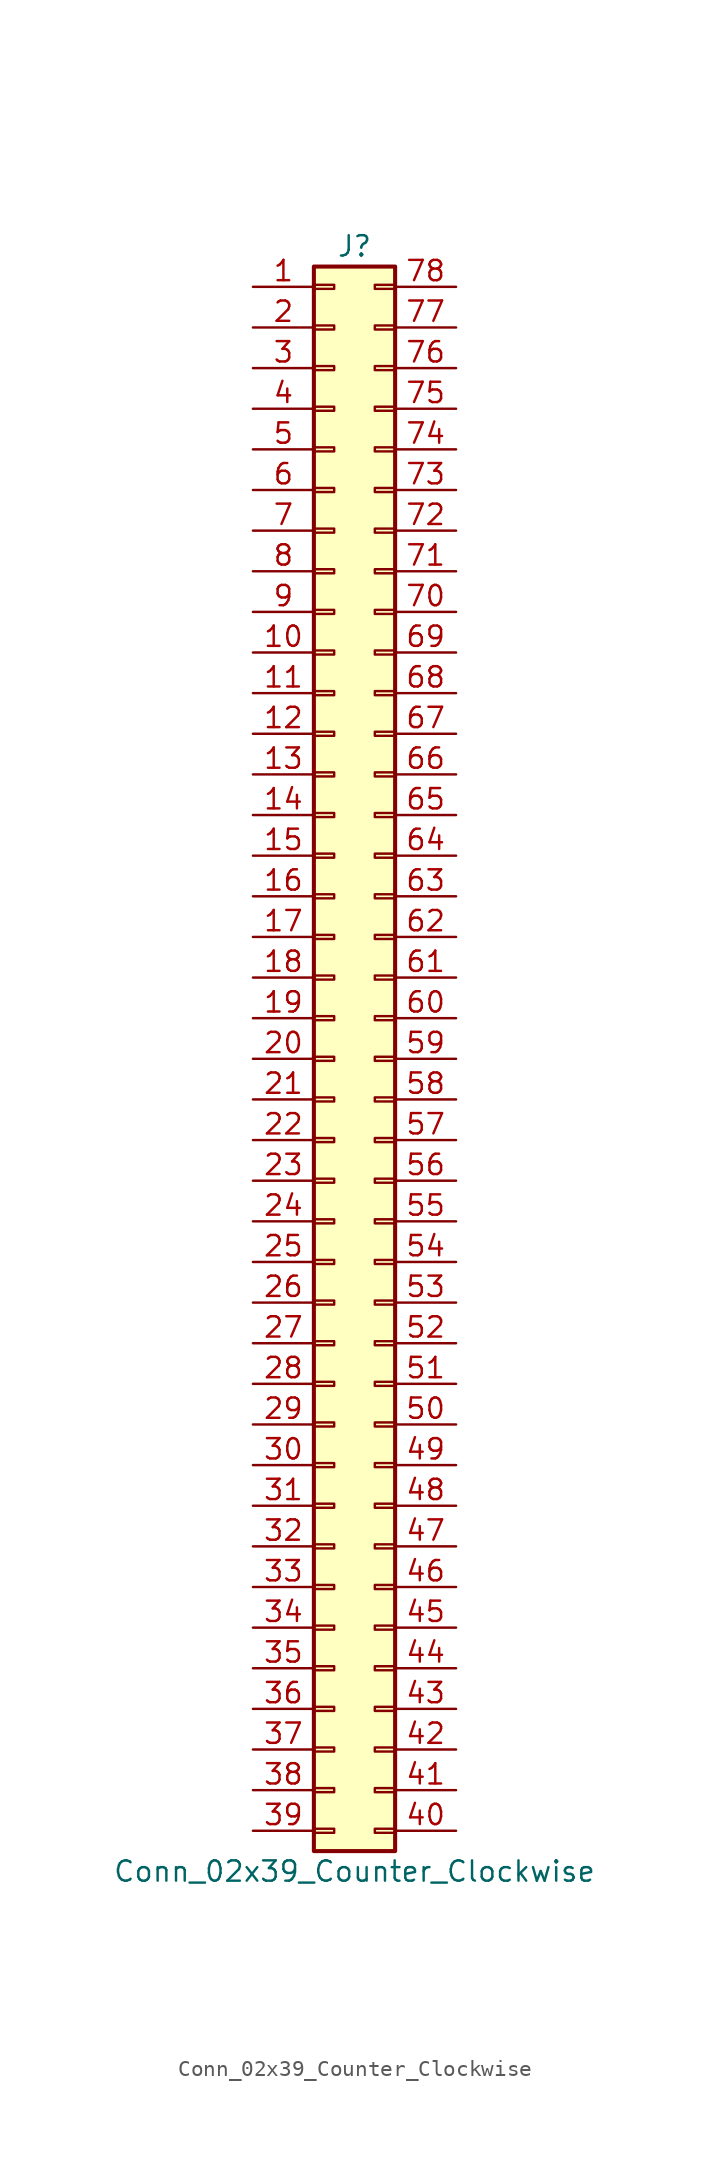
<source format=kicad_sym>
(kicad_symbol_lib
  (version 20220914)
  (generator kicad_symbol_editor)
  (symbol "Conn_02x39_Counter_Clockwise"
    (pin_names
      (offset 1.016) hide)
    (property "Reference" "J"
      (at 1.27 50.8 0)
      (effects (font (size 1.27 1.27))))
    (property "Value" "Conn_02x39_Counter_Clockwise"
      (at 1.27 -50.8 0)
      (effects (font (size 1.27 1.27))))
    (symbol "Conn_02x39_Counter_Clockwise_1_1"
      (rectangle (start -1.27 -48.133) (end 0 -48.387) (stroke (width 0.152) (type default)) (fill (type none)))
      (rectangle (start -1.27 -45.593) (end 0 -45.847) (stroke (width 0.152) (type default)) (fill (type none)))
      (rectangle (start -1.27 -43.053) (end 0 -43.307) (stroke (width 0.152) (type default)) (fill (type none)))
      (rectangle (start -1.27 -40.513) (end 0 -40.767) (stroke (width 0.152) (type default)) (fill (type none)))
      (rectangle (start -1.27 -37.973) (end 0 -38.227) (stroke (width 0.152) (type default)) (fill (type none)))
      (rectangle (start -1.27 -35.433) (end 0 -35.687) (stroke (width 0.152) (type default)) (fill (type none)))
      (rectangle (start -1.27 -32.893) (end 0 -33.147) (stroke (width 0.152) (type default)) (fill (type none)))
      (rectangle (start -1.27 -30.353) (end 0 -30.607) (stroke (width 0.152) (type default)) (fill (type none)))
      (rectangle (start -1.27 -27.813) (end 0 -28.067) (stroke (width 0.152) (type default)) (fill (type none)))
      (rectangle (start -1.27 -25.273) (end 0 -25.527) (stroke (width 0.152) (type default)) (fill (type none)))
      (rectangle (start -1.27 -22.733) (end 0 -22.987) (stroke (width 0.152) (type default)) (fill (type none)))
      (rectangle (start -1.27 -20.193) (end 0 -20.447) (stroke (width 0.152) (type default)) (fill (type none)))
      (rectangle (start -1.27 -17.653) (end 0 -17.907) (stroke (width 0.152) (type default)) (fill (type none)))
      (rectangle (start -1.27 -15.113) (end 0 -15.367) (stroke (width 0.152) (type default)) (fill (type none)))
      (rectangle (start -1.27 -12.573) (end 0 -12.827) (stroke (width 0.152) (type default)) (fill (type none)))
      (rectangle (start -1.27 -10.033) (end 0 -10.287) (stroke (width 0.152) (type default)) (fill (type none)))
      (rectangle (start -1.27 -7.493) (end 0 -7.747) (stroke (width 0.152) (type default)) (fill (type none)))
      (rectangle (start -1.27 -4.953) (end 0 -5.207) (stroke (width 0.152) (type default)) (fill (type none)))
      (rectangle (start -1.27 -2.413) (end 0 -2.667) (stroke (width 0.152) (type default)) (fill (type none)))
      (rectangle (start -1.27 0.127) (end 0 -0.127) (stroke (width 0.152) (type default)) (fill (type none)))
      (rectangle (start -1.27 2.667) (end 0 2.413) (stroke (width 0.152) (type default)) (fill (type none)))
      (rectangle (start -1.27 5.207) (end 0 4.953) (stroke (width 0.152) (type default)) (fill (type none)))
      (rectangle (start -1.27 7.747) (end 0 7.493) (stroke (width 0.152) (type default)) (fill (type none)))
      (rectangle (start -1.27 10.287) (end 0 10.033) (stroke (width 0.152) (type default)) (fill (type none)))
      (rectangle (start -1.27 12.827) (end 0 12.573) (stroke (width 0.152) (type default)) (fill (type none)))
      (rectangle (start -1.27 15.367) (end 0 15.113) (stroke (width 0.152) (type default)) (fill (type none)))
      (rectangle (start -1.27 17.907) (end 0 17.653) (stroke (width 0.152) (type default)) (fill (type none)))
      (rectangle (start -1.27 20.447) (end 0 20.193) (stroke (width 0.152) (type default)) (fill (type none)))
      (rectangle (start -1.27 22.987) (end 0 22.733) (stroke (width 0.152) (type default)) (fill (type none)))
      (rectangle (start -1.27 25.527) (end 0 25.273) (stroke (width 0.152) (type default)) (fill (type none)))
      (rectangle (start -1.27 28.067) (end 0 27.813) (stroke (width 0.152) (type default)) (fill (type none)))
      (rectangle (start -1.27 30.607) (end 0 30.353) (stroke (width 0.152) (type default)) (fill (type none)))
      (rectangle (start -1.27 33.147) (end 0 32.893) (stroke (width 0.152) (type default)) (fill (type none)))
      (rectangle (start -1.27 35.687) (end 0 35.433) (stroke (width 0.152) (type default)) (fill (type none)))
      (rectangle (start -1.27 38.227) (end 0 37.973) (stroke (width 0.152) (type default)) (fill (type none)))
      (rectangle (start -1.27 40.767) (end 0 40.513) (stroke (width 0.152) (type default)) (fill (type none)))
      (rectangle (start -1.27 43.307) (end 0 43.053) (stroke (width 0.152) (type default)) (fill (type none)))
      (rectangle (start -1.27 45.847) (end 0 45.593) (stroke (width 0.152) (type default)) (fill (type none)))
      (rectangle (start -1.27 48.387) (end 0 48.133) (stroke (width 0.152) (type default)) (fill (type none)))
      (rectangle (start -1.27 49.53) (end 3.81 -49.53) (stroke (width 0.254) (type default)) (fill (type background)))
      (rectangle (start 3.81 -48.133) (end 2.54 -48.387) (stroke (width 0.152) (type default)) (fill (type none)))
      (rectangle (start 3.81 -45.593) (end 2.54 -45.847) (stroke (width 0.152) (type default)) (fill (type none)))
      (rectangle (start 3.81 -43.053) (end 2.54 -43.307) (stroke (width 0.152) (type default)) (fill (type none)))
      (rectangle (start 3.81 -40.513) (end 2.54 -40.767) (stroke (width 0.152) (type default)) (fill (type none)))
      (rectangle (start 3.81 -37.973) (end 2.54 -38.227) (stroke (width 0.152) (type default)) (fill (type none)))
      (rectangle (start 3.81 -35.433) (end 2.54 -35.687) (stroke (width 0.152) (type default)) (fill (type none)))
      (rectangle (start 3.81 -32.893) (end 2.54 -33.147) (stroke (width 0.152) (type default)) (fill (type none)))
      (rectangle (start 3.81 -30.353) (end 2.54 -30.607) (stroke (width 0.152) (type default)) (fill (type none)))
      (rectangle (start 3.81 -27.813) (end 2.54 -28.067) (stroke (width 0.152) (type default)) (fill (type none)))
      (rectangle (start 3.81 -25.273) (end 2.54 -25.527) (stroke (width 0.152) (type default)) (fill (type none)))
      (rectangle (start 3.81 -22.733) (end 2.54 -22.987) (stroke (width 0.152) (type default)) (fill (type none)))
      (rectangle (start 3.81 -20.193) (end 2.54 -20.447) (stroke (width 0.152) (type default)) (fill (type none)))
      (rectangle (start 3.81 -17.653) (end 2.54 -17.907) (stroke (width 0.152) (type default)) (fill (type none)))
      (rectangle (start 3.81 -15.113) (end 2.54 -15.367) (stroke (width 0.152) (type default)) (fill (type none)))
      (rectangle (start 3.81 -12.573) (end 2.54 -12.827) (stroke (width 0.152) (type default)) (fill (type none)))
      (rectangle (start 3.81 -10.033) (end 2.54 -10.287) (stroke (width 0.152) (type default)) (fill (type none)))
      (rectangle (start 3.81 -7.493) (end 2.54 -7.747) (stroke (width 0.152) (type default)) (fill (type none)))
      (rectangle (start 3.81 -4.953) (end 2.54 -5.207) (stroke (width 0.152) (type default)) (fill (type none)))
      (rectangle (start 3.81 -2.413) (end 2.54 -2.667) (stroke (width 0.152) (type default)) (fill (type none)))
      (rectangle (start 3.81 0.127) (end 2.54 -0.127) (stroke (width 0.152) (type default)) (fill (type none)))
      (rectangle (start 3.81 2.667) (end 2.54 2.413) (stroke (width 0.152) (type default)) (fill (type none)))
      (rectangle (start 3.81 5.207) (end 2.54 4.953) (stroke (width 0.152) (type default)) (fill (type none)))
      (rectangle (start 3.81 7.747) (end 2.54 7.493) (stroke (width 0.152) (type default)) (fill (type none)))
      (rectangle (start 3.81 10.287) (end 2.54 10.033) (stroke (width 0.152) (type default)) (fill (type none)))
      (rectangle (start 3.81 12.827) (end 2.54 12.573) (stroke (width 0.152) (type default)) (fill (type none)))
      (rectangle (start 3.81 15.367) (end 2.54 15.113) (stroke (width 0.152) (type default)) (fill (type none)))
      (rectangle (start 3.81 17.907) (end 2.54 17.653) (stroke (width 0.152) (type default)) (fill (type none)))
      (rectangle (start 3.81 20.447) (end 2.54 20.193) (stroke (width 0.152) (type default)) (fill (type none)))
      (rectangle (start 3.81 22.987) (end 2.54 22.733) (stroke (width 0.152) (type default)) (fill (type none)))
      (rectangle (start 3.81 25.527) (end 2.54 25.273) (stroke (width 0.152) (type default)) (fill (type none)))
      (rectangle (start 3.81 28.067) (end 2.54 27.813) (stroke (width 0.152) (type default)) (fill (type none)))
      (rectangle (start 3.81 30.607) (end 2.54 30.353) (stroke (width 0.152) (type default)) (fill (type none)))
      (rectangle (start 3.81 33.147) (end 2.54 32.893) (stroke (width 0.152) (type default)) (fill (type none)))
      (rectangle (start 3.81 35.687) (end 2.54 35.433) (stroke (width 0.152) (type default)) (fill (type none)))
      (rectangle (start 3.81 38.227) (end 2.54 37.973) (stroke (width 0.152) (type default)) (fill (type none)))
      (rectangle (start 3.81 40.767) (end 2.54 40.513) (stroke (width 0.152) (type default)) (fill (type none)))
      (rectangle (start 3.81 43.307) (end 2.54 43.053) (stroke (width 0.152) (type default)) (fill (type none)))
      (rectangle (start 3.81 45.847) (end 2.54 45.593) (stroke (width 0.152) (type default)) (fill (type none)))
      (rectangle (start 3.81 48.387) (end 2.54 48.133) (stroke (width 0.152) (type default)) (fill (type none)))
      (pin passive line (at -5.08 48.26 0) (length 3.81) (name "Pin_1" (effects (font (size 1.27 1.27)))) (number "1" (effects (font (size 1.27 1.27)))))
      (pin passive line (at -5.08 25.4 0) (length 3.81) (name "Pin_10" (effects (font (size 1.27 1.27)))) (number "10" (effects (font (size 1.27 1.27)))))
      (pin passive line (at -5.08 22.86 0) (length 3.81) (name "Pin_11" (effects (font (size 1.27 1.27)))) (number "11" (effects (font (size 1.27 1.27)))))
      (pin passive line (at -5.08 20.32 0) (length 3.81) (name "Pin_12" (effects (font (size 1.27 1.27)))) (number "12" (effects (font (size 1.27 1.27)))))
      (pin passive line (at -5.08 17.78 0) (length 3.81) (name "Pin_13" (effects (font (size 1.27 1.27)))) (number "13" (effects (font (size 1.27 1.27)))))
      (pin passive line (at -5.08 15.24 0) (length 3.81) (name "Pin_14" (effects (font (size 1.27 1.27)))) (number "14" (effects (font (size 1.27 1.27)))))
      (pin passive line (at -5.08 12.7 0) (length 3.81) (name "Pin_15" (effects (font (size 1.27 1.27)))) (number "15" (effects (font (size 1.27 1.27)))))
      (pin passive line (at -5.08 10.16 0) (length 3.81) (name "Pin_16" (effects (font (size 1.27 1.27)))) (number "16" (effects (font (size 1.27 1.27)))))
      (pin passive line (at -5.08 7.62 0) (length 3.81) (name "Pin_17" (effects (font (size 1.27 1.27)))) (number "17" (effects (font (size 1.27 1.27)))))
      (pin passive line (at -5.08 5.08 0) (length 3.81) (name "Pin_18" (effects (font (size 1.27 1.27)))) (number "18" (effects (font (size 1.27 1.27)))))
      (pin passive line (at -5.08 2.54 0) (length 3.81) (name "Pin_19" (effects (font (size 1.27 1.27)))) (number "19" (effects (font (size 1.27 1.27)))))
      (pin passive line (at -5.08 45.72 0) (length 3.81) (name "Pin_2" (effects (font (size 1.27 1.27)))) (number "2" (effects (font (size 1.27 1.27)))))
      (pin passive line (at -5.08 0 0) (length 3.81) (name "Pin_20" (effects (font (size 1.27 1.27)))) (number "20" (effects (font (size 1.27 1.27)))))
      (pin passive line (at -5.08 -2.54 0) (length 3.81) (name "Pin_21" (effects (font (size 1.27 1.27)))) (number "21" (effects (font (size 1.27 1.27)))))
      (pin passive line (at -5.08 -5.08 0) (length 3.81) (name "Pin_22" (effects (font (size 1.27 1.27)))) (number "22" (effects (font (size 1.27 1.27)))))
      (pin passive line (at -5.08 -7.62 0) (length 3.81) (name "Pin_23" (effects (font (size 1.27 1.27)))) (number "23" (effects (font (size 1.27 1.27)))))
      (pin passive line (at -5.08 -10.16 0) (length 3.81) (name "Pin_24" (effects (font (size 1.27 1.27)))) (number "24" (effects (font (size 1.27 1.27)))))
      (pin passive line (at -5.08 -12.7 0) (length 3.81) (name "Pin_25" (effects (font (size 1.27 1.27)))) (number "25" (effects (font (size 1.27 1.27)))))
      (pin passive line (at -5.08 -15.24 0) (length 3.81) (name "Pin_26" (effects (font (size 1.27 1.27)))) (number "26" (effects (font (size 1.27 1.27)))))
      (pin passive line (at -5.08 -17.78 0) (length 3.81) (name "Pin_27" (effects (font (size 1.27 1.27)))) (number "27" (effects (font (size 1.27 1.27)))))
      (pin passive line (at -5.08 -20.32 0) (length 3.81) (name "Pin_28" (effects (font (size 1.27 1.27)))) (number "28" (effects (font (size 1.27 1.27)))))
      (pin passive line (at -5.08 -22.86 0) (length 3.81) (name "Pin_29" (effects (font (size 1.27 1.27)))) (number "29" (effects (font (size 1.27 1.27)))))
      (pin passive line (at -5.08 43.18 0) (length 3.81) (name "Pin_3" (effects (font (size 1.27 1.27)))) (number "3" (effects (font (size 1.27 1.27)))))
      (pin passive line (at -5.08 -25.4 0) (length 3.81) (name "Pin_30" (effects (font (size 1.27 1.27)))) (number "30" (effects (font (size 1.27 1.27)))))
      (pin passive line (at -5.08 -27.94 0) (length 3.81) (name "Pin_31" (effects (font (size 1.27 1.27)))) (number "31" (effects (font (size 1.27 1.27)))))
      (pin passive line (at -5.08 -30.48 0) (length 3.81) (name "Pin_32" (effects (font (size 1.27 1.27)))) (number "32" (effects (font (size 1.27 1.27)))))
      (pin passive line (at -5.08 -33.02 0) (length 3.81) (name "Pin_33" (effects (font (size 1.27 1.27)))) (number "33" (effects (font (size 1.27 1.27)))))
      (pin passive line (at -5.08 -35.56 0) (length 3.81) (name "Pin_34" (effects (font (size 1.27 1.27)))) (number "34" (effects (font (size 1.27 1.27)))))
      (pin passive line (at -5.08 -38.1 0) (length 3.81) (name "Pin_35" (effects (font (size 1.27 1.27)))) (number "35" (effects (font (size 1.27 1.27)))))
      (pin passive line (at -5.08 -40.64 0) (length 3.81) (name "Pin_36" (effects (font (size 1.27 1.27)))) (number "36" (effects (font (size 1.27 1.27)))))
      (pin passive line (at -5.08 -43.18 0) (length 3.81) (name "Pin_37" (effects (font (size 1.27 1.27)))) (number "37" (effects (font (size 1.27 1.27)))))
      (pin passive line (at -5.08 -45.72 0) (length 3.81) (name "Pin_38" (effects (font (size 1.27 1.27)))) (number "38" (effects (font (size 1.27 1.27)))))
      (pin passive line (at -5.08 -48.26 0) (length 3.81) (name "Pin_39" (effects (font (size 1.27 1.27)))) (number "39" (effects (font (size 1.27 1.27)))))
      (pin passive line (at -5.08 40.64 0) (length 3.81) (name "Pin_4" (effects (font (size 1.27 1.27)))) (number "4" (effects (font (size 1.27 1.27)))))
      (pin passive line (at 7.62 -48.26 180) (length 3.81) (name "Pin_40" (effects (font (size 1.27 1.27)))) (number "40" (effects (font (size 1.27 1.27)))))
      (pin passive line (at 7.62 -45.72 180) (length 3.81) (name "Pin_41" (effects (font (size 1.27 1.27)))) (number "41" (effects (font (size 1.27 1.27)))))
      (pin passive line (at 7.62 -43.18 180) (length 3.81) (name "Pin_42" (effects (font (size 1.27 1.27)))) (number "42" (effects (font (size 1.27 1.27)))))
      (pin passive line (at 7.62 -40.64 180) (length 3.81) (name "Pin_43" (effects (font (size 1.27 1.27)))) (number "43" (effects (font (size 1.27 1.27)))))
      (pin passive line (at 7.62 -38.1 180) (length 3.81) (name "Pin_44" (effects (font (size 1.27 1.27)))) (number "44" (effects (font (size 1.27 1.27)))))
      (pin passive line (at 7.62 -35.56 180) (length 3.81) (name "Pin_45" (effects (font (size 1.27 1.27)))) (number "45" (effects (font (size 1.27 1.27)))))
      (pin passive line (at 7.62 -33.02 180) (length 3.81) (name "Pin_46" (effects (font (size 1.27 1.27)))) (number "46" (effects (font (size 1.27 1.27)))))
      (pin passive line (at 7.62 -30.48 180) (length 3.81) (name "Pin_47" (effects (font (size 1.27 1.27)))) (number "47" (effects (font (size 1.27 1.27)))))
      (pin passive line (at 7.62 -27.94 180) (length 3.81) (name "Pin_48" (effects (font (size 1.27 1.27)))) (number "48" (effects (font (size 1.27 1.27)))))
      (pin passive line (at 7.62 -25.4 180) (length 3.81) (name "Pin_49" (effects (font (size 1.27 1.27)))) (number "49" (effects (font (size 1.27 1.27)))))
      (pin passive line (at -5.08 38.1 0) (length 3.81) (name "Pin_5" (effects (font (size 1.27 1.27)))) (number "5" (effects (font (size 1.27 1.27)))))
      (pin passive line (at 7.62 -22.86 180) (length 3.81) (name "Pin_50" (effects (font (size 1.27 1.27)))) (number "50" (effects (font (size 1.27 1.27)))))
      (pin passive line (at 7.62 -20.32 180) (length 3.81) (name "Pin_51" (effects (font (size 1.27 1.27)))) (number "51" (effects (font (size 1.27 1.27)))))
      (pin passive line (at 7.62 -17.78 180) (length 3.81) (name "Pin_52" (effects (font (size 1.27 1.27)))) (number "52" (effects (font (size 1.27 1.27)))))
      (pin passive line (at 7.62 -15.24 180) (length 3.81) (name "Pin_53" (effects (font (size 1.27 1.27)))) (number "53" (effects (font (size 1.27 1.27)))))
      (pin passive line (at 7.62 -12.7 180) (length 3.81) (name "Pin_54" (effects (font (size 1.27 1.27)))) (number "54" (effects (font (size 1.27 1.27)))))
      (pin passive line (at 7.62 -10.16 180) (length 3.81) (name "Pin_55" (effects (font (size 1.27 1.27)))) (number "55" (effects (font (size 1.27 1.27)))))
      (pin passive line (at 7.62 -7.62 180) (length 3.81) (name "Pin_56" (effects (font (size 1.27 1.27)))) (number "56" (effects (font (size 1.27 1.27)))))
      (pin passive line (at 7.62 -5.08 180) (length 3.81) (name "Pin_57" (effects (font (size 1.27 1.27)))) (number "57" (effects (font (size 1.27 1.27)))))
      (pin passive line (at 7.62 -2.54 180) (length 3.81) (name "Pin_58" (effects (font (size 1.27 1.27)))) (number "58" (effects (font (size 1.27 1.27)))))
      (pin passive line (at 7.62 0 180) (length 3.81) (name "Pin_59" (effects (font (size 1.27 1.27)))) (number "59" (effects (font (size 1.27 1.27)))))
      (pin passive line (at -5.08 35.56 0) (length 3.81) (name "Pin_6" (effects (font (size 1.27 1.27)))) (number "6" (effects (font (size 1.27 1.27)))))
      (pin passive line (at 7.62 2.54 180) (length 3.81) (name "Pin_60" (effects (font (size 1.27 1.27)))) (number "60" (effects (font (size 1.27 1.27)))))
      (pin passive line (at 7.62 5.08 180) (length 3.81) (name "Pin_61" (effects (font (size 1.27 1.27)))) (number "61" (effects (font (size 1.27 1.27)))))
      (pin passive line (at 7.62 7.62 180) (length 3.81) (name "Pin_62" (effects (font (size 1.27 1.27)))) (number "62" (effects (font (size 1.27 1.27)))))
      (pin passive line (at 7.62 10.16 180) (length 3.81) (name "Pin_63" (effects (font (size 1.27 1.27)))) (number "63" (effects (font (size 1.27 1.27)))))
      (pin passive line (at 7.62 12.7 180) (length 3.81) (name "Pin_64" (effects (font (size 1.27 1.27)))) (number "64" (effects (font (size 1.27 1.27)))))
      (pin passive line (at 7.62 15.24 180) (length 3.81) (name "Pin_65" (effects (font (size 1.27 1.27)))) (number "65" (effects (font (size 1.27 1.27)))))
      (pin passive line (at 7.62 17.78 180) (length 3.81) (name "Pin_66" (effects (font (size 1.27 1.27)))) (number "66" (effects (font (size 1.27 1.27)))))
      (pin passive line (at 7.62 20.32 180) (length 3.81) (name "Pin_67" (effects (font (size 1.27 1.27)))) (number "67" (effects (font (size 1.27 1.27)))))
      (pin passive line (at 7.62 22.86 180) (length 3.81) (name "Pin_68" (effects (font (size 1.27 1.27)))) (number "68" (effects (font (size 1.27 1.27)))))
      (pin passive line (at 7.62 25.4 180) (length 3.81) (name "Pin_69" (effects (font (size 1.27 1.27)))) (number "69" (effects (font (size 1.27 1.27)))))
      (pin passive line (at -5.08 33.02 0) (length 3.81) (name "Pin_7" (effects (font (size 1.27 1.27)))) (number "7" (effects (font (size 1.27 1.27)))))
      (pin passive line (at 7.62 27.94 180) (length 3.81) (name "Pin_70" (effects (font (size 1.27 1.27)))) (number "70" (effects (font (size 1.27 1.27)))))
      (pin passive line (at 7.62 30.48 180) (length 3.81) (name "Pin_71" (effects (font (size 1.27 1.27)))) (number "71" (effects (font (size 1.27 1.27)))))
      (pin passive line (at 7.62 33.02 180) (length 3.81) (name "Pin_72" (effects (font (size 1.27 1.27)))) (number "72" (effects (font (size 1.27 1.27)))))
      (pin passive line (at 7.62 35.56 180) (length 3.81) (name "Pin_73" (effects (font (size 1.27 1.27)))) (number "73" (effects (font (size 1.27 1.27)))))
      (pin passive line (at 7.62 38.1 180) (length 3.81) (name "Pin_74" (effects (font (size 1.27 1.27)))) (number "74" (effects (font (size 1.27 1.27)))))
      (pin passive line (at 7.62 40.64 180) (length 3.81) (name "Pin_75" (effects (font (size 1.27 1.27)))) (number "75" (effects (font (size 1.27 1.27)))))
      (pin passive line (at 7.62 43.18 180) (length 3.81) (name "Pin_76" (effects (font (size 1.27 1.27)))) (number "76" (effects (font (size 1.27 1.27)))))
      (pin passive line (at 7.62 45.72 180) (length 3.81) (name "Pin_77" (effects (font (size 1.27 1.27)))) (number "77" (effects (font (size 1.27 1.27)))))
      (pin passive line (at 7.62 48.26 180) (length 3.81) (name "Pin_78" (effects (font (size 1.27 1.27)))) (number "78" (effects (font (size 1.27 1.27)))))
      (pin passive line (at -5.08 30.48 0) (length 3.81) (name "Pin_8" (effects (font (size 1.27 1.27)))) (number "8" (effects (font (size 1.27 1.27)))))
      (pin passive line (at -5.08 27.94 0) (length 3.81) (name "Pin_9" (effects (font (size 1.27 1.27)))) (number "9" (effects (font (size 1.27 1.27))))))))
</source>
